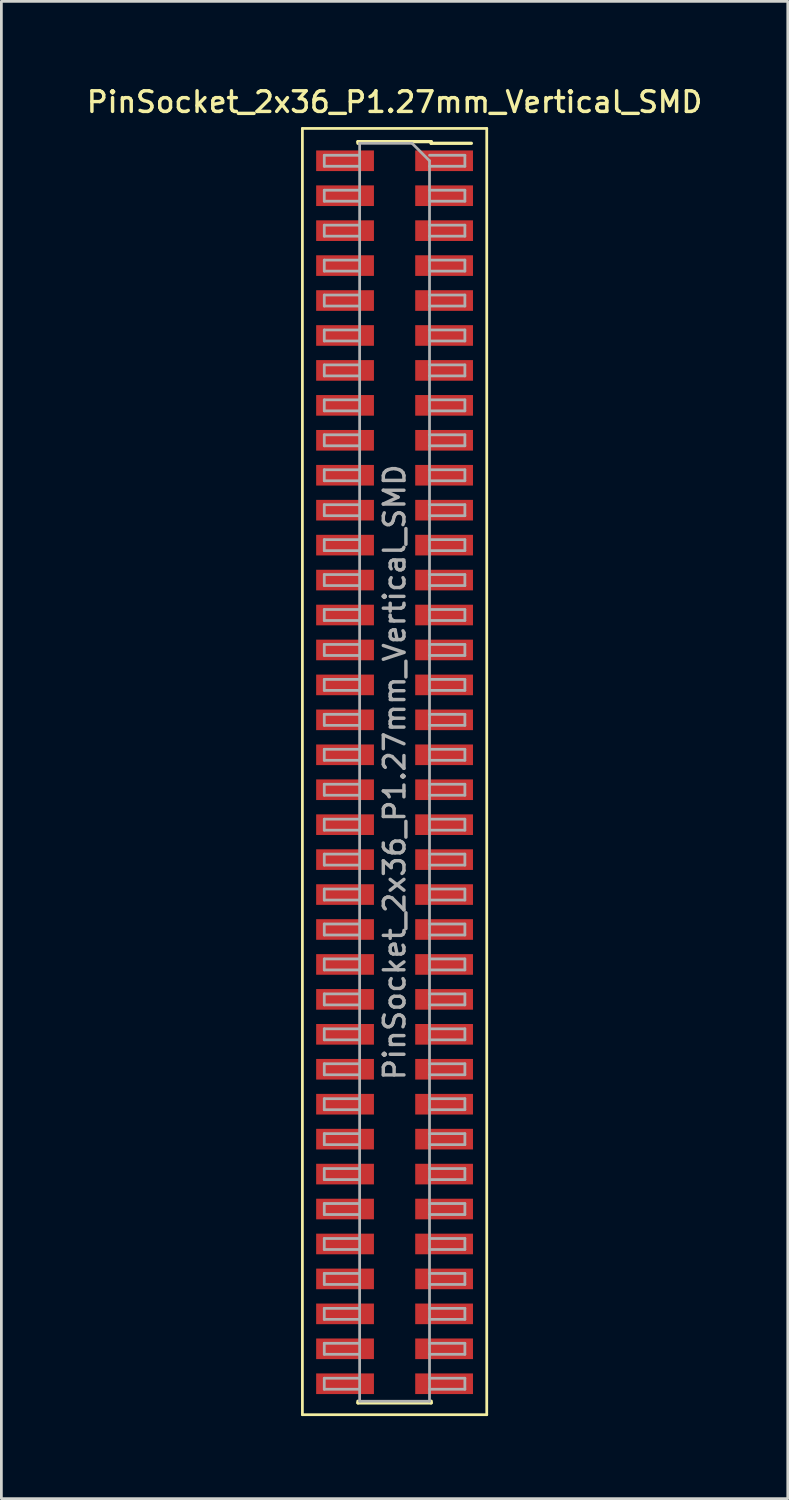
<source format=kicad_pcb>
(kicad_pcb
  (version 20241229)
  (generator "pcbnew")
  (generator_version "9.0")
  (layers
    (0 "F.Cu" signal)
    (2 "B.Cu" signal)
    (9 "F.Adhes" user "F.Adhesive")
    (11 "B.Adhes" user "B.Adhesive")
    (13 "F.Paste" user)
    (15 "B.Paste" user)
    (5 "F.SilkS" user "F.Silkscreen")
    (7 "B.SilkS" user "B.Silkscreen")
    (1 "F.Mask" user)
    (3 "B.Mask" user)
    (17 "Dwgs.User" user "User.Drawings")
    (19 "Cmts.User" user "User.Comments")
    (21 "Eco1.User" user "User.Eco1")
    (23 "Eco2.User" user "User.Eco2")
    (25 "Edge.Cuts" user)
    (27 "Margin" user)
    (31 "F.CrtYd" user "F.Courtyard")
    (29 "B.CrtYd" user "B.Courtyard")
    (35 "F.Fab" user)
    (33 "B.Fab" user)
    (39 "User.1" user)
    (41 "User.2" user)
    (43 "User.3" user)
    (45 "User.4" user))
  (footprint "PinSocket_2x36_P1.27mm_Vertical_SMD"
    (layer "F.Cu")
    (at 11.291 25.018)
    (property "Reference" "PinSocket_2x36_P1.27mm_Vertical_SMD" (at 0 -24.36 0) (layer "F.SilkS") (effects (font (size 0.75 0.75) (thickness 0.125))))
    (attr smd)
    (fp_line (start -3.35 -23.4) (end 3.35 -23.4) (stroke (width 0.1) (type solid)) (layer "F.SilkS"))
    (fp_line (start -3.35 23.35) (end -3.35 -23.4) (stroke (width 0.1) (type solid)) (layer "F.SilkS"))
    (fp_line (start -1.33 -22.92) (end -1.33 -22.86) (stroke (width 0.12) (type solid)) (layer "F.SilkS"))
    (fp_line (start -1.33 -22.92) (end 1.33 -22.92) (stroke (width 0.12) (type solid)) (layer "F.SilkS"))
    (fp_line (start -1.33 22.86) (end -1.33 22.92) (stroke (width 0.12) (type solid)) (layer "F.SilkS"))
    (fp_line (start -1.33 22.92) (end 1.33 22.92) (stroke (width 0.12) (type solid)) (layer "F.SilkS"))
    (fp_line (start 1.33 -22.92) (end 1.33 -22.86) (stroke (width 0.12) (type solid)) (layer "F.SilkS"))
    (fp_line (start 1.33 -22.86) (end 2.79 -22.86) (stroke (width 0.12) (type solid)) (layer "F.SilkS"))
    (fp_line (start 1.33 22.86) (end 1.33 22.92) (stroke (width 0.12) (type solid)) (layer "F.SilkS"))
    (fp_line (start 3.35 -23.4) (end 3.35 23.35) (stroke (width 0.1) (type solid)) (layer "F.SilkS"))
    (fp_line (start 3.35 23.35) (end -3.35 23.35) (stroke (width 0.1) (type solid)) (layer "F.SilkS"))
    (fp_line (start -2.555 -22.425) (end -1.27 -22.425) (stroke (width 0.1) (type solid)) (layer "F.Fab"))
    (fp_line (start -2.555 -22.025) (end -2.555 -22.425) (stroke (width 0.1) (type solid)) (layer "F.Fab"))
    (fp_line (start -2.555 -21.155) (end -1.27 -21.155) (stroke (width 0.1) (type solid)) (layer "F.Fab"))
    (fp_line (start -2.555 -20.755) (end -2.555 -21.155) (stroke (width 0.1) (type solid)) (layer "F.Fab"))
    (fp_line (start -2.555 -19.885) (end -1.27 -19.885) (stroke (width 0.1) (type solid)) (layer "F.Fab"))
    (fp_line (start -2.555 -19.485) (end -2.555 -19.885) (stroke (width 0.1) (type solid)) (layer "F.Fab"))
    (fp_line (start -2.555 -18.615) (end -1.27 -18.615) (stroke (width 0.1) (type solid)) (layer "F.Fab"))
    (fp_line (start -2.555 -18.215) (end -2.555 -18.615) (stroke (width 0.1) (type solid)) (layer "F.Fab"))
    (fp_line (start -2.555 -17.345) (end -1.27 -17.345) (stroke (width 0.1) (type solid)) (layer "F.Fab"))
    (fp_line (start -2.555 -16.945) (end -2.555 -17.345) (stroke (width 0.1) (type solid)) (layer "F.Fab"))
    (fp_line (start -2.555 -16.075) (end -1.27 -16.075) (stroke (width 0.1) (type solid)) (layer "F.Fab"))
    (fp_line (start -2.555 -15.675) (end -2.555 -16.075) (stroke (width 0.1) (type solid)) (layer "F.Fab"))
    (fp_line (start -2.555 -14.805) (end -1.27 -14.805) (stroke (width 0.1) (type solid)) (layer "F.Fab"))
    (fp_line (start -2.555 -14.405) (end -2.555 -14.805) (stroke (width 0.1) (type solid)) (layer "F.Fab"))
    (fp_line (start -2.555 -13.535) (end -1.27 -13.535) (stroke (width 0.1) (type solid)) (layer "F.Fab"))
    (fp_line (start -2.555 -13.135) (end -2.555 -13.535) (stroke (width 0.1) (type solid)) (layer "F.Fab"))
    (fp_line (start -2.555 -12.265) (end -1.27 -12.265) (stroke (width 0.1) (type solid)) (layer "F.Fab"))
    (fp_line (start -2.555 -11.865) (end -2.555 -12.265) (stroke (width 0.1) (type solid)) (layer "F.Fab"))
    (fp_line (start -2.555 -10.995) (end -1.27 -10.995) (stroke (width 0.1) (type solid)) (layer "F.Fab"))
    (fp_line (start -2.555 -10.595) (end -2.555 -10.995) (stroke (width 0.1) (type solid)) (layer "F.Fab"))
    (fp_line (start -2.555 -9.725) (end -1.27 -9.725) (stroke (width 0.1) (type solid)) (layer "F.Fab"))
    (fp_line (start -2.555 -9.325) (end -2.555 -9.725) (stroke (width 0.1) (type solid)) (layer "F.Fab"))
    (fp_line (start -2.555 -8.455) (end -1.27 -8.455) (stroke (width 0.1) (type solid)) (layer "F.Fab"))
    (fp_line (start -2.555 -8.055) (end -2.555 -8.455) (stroke (width 0.1) (type solid)) (layer "F.Fab"))
    (fp_line (start -2.555 -7.185) (end -1.27 -7.185) (stroke (width 0.1) (type solid)) (layer "F.Fab"))
    (fp_line (start -2.555 -6.785) (end -2.555 -7.185) (stroke (width 0.1) (type solid)) (layer "F.Fab"))
    (fp_line (start -2.555 -5.915) (end -1.27 -5.915) (stroke (width 0.1) (type solid)) (layer "F.Fab"))
    (fp_line (start -2.555 -5.515) (end -2.555 -5.915) (stroke (width 0.1) (type solid)) (layer "F.Fab"))
    (fp_line (start -2.555 -4.645) (end -1.27 -4.645) (stroke (width 0.1) (type solid)) (layer "F.Fab"))
    (fp_line (start -2.555 -4.245) (end -2.555 -4.645) (stroke (width 0.1) (type solid)) (layer "F.Fab"))
    (fp_line (start -2.555 -3.375) (end -1.27 -3.375) (stroke (width 0.1) (type solid)) (layer "F.Fab"))
    (fp_line (start -2.555 -2.975) (end -2.555 -3.375) (stroke (width 0.1) (type solid)) (layer "F.Fab"))
    (fp_line (start -2.555 -2.105) (end -1.27 -2.105) (stroke (width 0.1) (type solid)) (layer "F.Fab"))
    (fp_line (start -2.555 -1.705) (end -2.555 -2.105) (stroke (width 0.1) (type solid)) (layer "F.Fab"))
    (fp_line (start -2.555 -0.835) (end -1.27 -0.835) (stroke (width 0.1) (type solid)) (layer "F.Fab"))
    (fp_line (start -2.555 -0.435) (end -2.555 -0.835) (stroke (width 0.1) (type solid)) (layer "F.Fab"))
    (fp_line (start -2.555 0.435) (end -1.27 0.435) (stroke (width 0.1) (type solid)) (layer "F.Fab"))
    (fp_line (start -2.555 0.835) (end -2.555 0.435) (stroke (width 0.1) (type solid)) (layer "F.Fab"))
    (fp_line (start -2.555 1.705) (end -1.27 1.705) (stroke (width 0.1) (type solid)) (layer "F.Fab"))
    (fp_line (start -2.555 2.105) (end -2.555 1.705) (stroke (width 0.1) (type solid)) (layer "F.Fab"))
    (fp_line (start -2.555 2.975) (end -1.27 2.975) (stroke (width 0.1) (type solid)) (layer "F.Fab"))
    (fp_line (start -2.555 3.375) (end -2.555 2.975) (stroke (width 0.1) (type solid)) (layer "F.Fab"))
    (fp_line (start -2.555 4.245) (end -1.27 4.245) (stroke (width 0.1) (type solid)) (layer "F.Fab"))
    (fp_line (start -2.555 4.645) (end -2.555 4.245) (stroke (width 0.1) (type solid)) (layer "F.Fab"))
    (fp_line (start -2.555 5.515) (end -1.27 5.515) (stroke (width 0.1) (type solid)) (layer "F.Fab"))
    (fp_line (start -2.555 5.915) (end -2.555 5.515) (stroke (width 0.1) (type solid)) (layer "F.Fab"))
    (fp_line (start -2.555 6.785) (end -1.27 6.785) (stroke (width 0.1) (type solid)) (layer "F.Fab"))
    (fp_line (start -2.555 7.185) (end -2.555 6.785) (stroke (width 0.1) (type solid)) (layer "F.Fab"))
    (fp_line (start -2.555 8.055) (end -1.27 8.055) (stroke (width 0.1) (type solid)) (layer "F.Fab"))
    (fp_line (start -2.555 8.455) (end -2.555 8.055) (stroke (width 0.1) (type solid)) (layer "F.Fab"))
    (fp_line (start -2.555 9.325) (end -1.27 9.325) (stroke (width 0.1) (type solid)) (layer "F.Fab"))
    (fp_line (start -2.555 9.725) (end -2.555 9.325) (stroke (width 0.1) (type solid)) (layer "F.Fab"))
    (fp_line (start -2.555 10.595) (end -1.27 10.595) (stroke (width 0.1) (type solid)) (layer "F.Fab"))
    (fp_line (start -2.555 10.995) (end -2.555 10.595) (stroke (width 0.1) (type solid)) (layer "F.Fab"))
    (fp_line (start -2.555 11.865) (end -1.27 11.865) (stroke (width 0.1) (type solid)) (layer "F.Fab"))
    (fp_line (start -2.555 12.265) (end -2.555 11.865) (stroke (width 0.1) (type solid)) (layer "F.Fab"))
    (fp_line (start -2.555 13.135) (end -1.27 13.135) (stroke (width 0.1) (type solid)) (layer "F.Fab"))
    (fp_line (start -2.555 13.535) (end -2.555 13.135) (stroke (width 0.1) (type solid)) (layer "F.Fab"))
    (fp_line (start -2.555 14.405) (end -1.27 14.405) (stroke (width 0.1) (type solid)) (layer "F.Fab"))
    (fp_line (start -2.555 14.805) (end -2.555 14.405) (stroke (width 0.1) (type solid)) (layer "F.Fab"))
    (fp_line (start -2.555 15.675) (end -1.27 15.675) (stroke (width 0.1) (type solid)) (layer "F.Fab"))
    (fp_line (start -2.555 16.075) (end -2.555 15.675) (stroke (width 0.1) (type solid)) (layer "F.Fab"))
    (fp_line (start -2.555 16.945) (end -1.27 16.945) (stroke (width 0.1) (type solid)) (layer "F.Fab"))
    (fp_line (start -2.555 17.345) (end -2.555 16.945) (stroke (width 0.1) (type solid)) (layer "F.Fab"))
    (fp_line (start -2.555 18.215) (end -1.27 18.215) (stroke (width 0.1) (type solid)) (layer "F.Fab"))
    (fp_line (start -2.555 18.615) (end -2.555 18.215) (stroke (width 0.1) (type solid)) (layer "F.Fab"))
    (fp_line (start -2.555 19.485) (end -1.27 19.485) (stroke (width 0.1) (type solid)) (layer "F.Fab"))
    (fp_line (start -2.555 19.885) (end -2.555 19.485) (stroke (width 0.1) (type solid)) (layer "F.Fab"))
    (fp_line (start -2.555 20.755) (end -1.27 20.755) (stroke (width 0.1) (type solid)) (layer "F.Fab"))
    (fp_line (start -2.555 21.155) (end -2.555 20.755) (stroke (width 0.1) (type solid)) (layer "F.Fab"))
    (fp_line (start -2.555 22.025) (end -1.27 22.025) (stroke (width 0.1) (type solid)) (layer "F.Fab"))
    (fp_line (start -2.555 22.425) (end -2.555 22.025) (stroke (width 0.1) (type solid)) (layer "F.Fab"))
    (fp_line (start -1.27 -22.86) (end 0.635 -22.86) (stroke (width 0.1) (type solid)) (layer "F.Fab"))
    (fp_line (start -1.27 -22.025) (end -2.555 -22.025) (stroke (width 0.1) (type solid)) (layer "F.Fab"))
    (fp_line (start -1.27 -20.755) (end -2.555 -20.755) (stroke (width 0.1) (type solid)) (layer "F.Fab"))
    (fp_line (start -1.27 -19.485) (end -2.555 -19.485) (stroke (width 0.1) (type solid)) (layer "F.Fab"))
    (fp_line (start -1.27 -18.215) (end -2.555 -18.215) (stroke (width 0.1) (type solid)) (layer "F.Fab"))
    (fp_line (start -1.27 -16.945) (end -2.555 -16.945) (stroke (width 0.1) (type solid)) (layer "F.Fab"))
    (fp_line (start -1.27 -15.675) (end -2.555 -15.675) (stroke (width 0.1) (type solid)) (layer "F.Fab"))
    (fp_line (start -1.27 -14.405) (end -2.555 -14.405) (stroke (width 0.1) (type solid)) (layer "F.Fab"))
    (fp_line (start -1.27 -13.135) (end -2.555 -13.135) (stroke (width 0.1) (type solid)) (layer "F.Fab"))
    (fp_line (start -1.27 -11.865) (end -2.555 -11.865) (stroke (width 0.1) (type solid)) (layer "F.Fab"))
    (fp_line (start -1.27 -10.595) (end -2.555 -10.595) (stroke (width 0.1) (type solid)) (layer "F.Fab"))
    (fp_line (start -1.27 -9.325) (end -2.555 -9.325) (stroke (width 0.1) (type solid)) (layer "F.Fab"))
    (fp_line (start -1.27 -8.055) (end -2.555 -8.055) (stroke (width 0.1) (type solid)) (layer "F.Fab"))
    (fp_line (start -1.27 -6.785) (end -2.555 -6.785) (stroke (width 0.1) (type solid)) (layer "F.Fab"))
    (fp_line (start -1.27 -5.515) (end -2.555 -5.515) (stroke (width 0.1) (type solid)) (layer "F.Fab"))
    (fp_line (start -1.27 -4.245) (end -2.555 -4.245) (stroke (width 0.1) (type solid)) (layer "F.Fab"))
    (fp_line (start -1.27 -2.975) (end -2.555 -2.975) (stroke (width 0.1) (type solid)) (layer "F.Fab"))
    (fp_line (start -1.27 -1.705) (end -2.555 -1.705) (stroke (width 0.1) (type solid)) (layer "F.Fab"))
    (fp_line (start -1.27 -0.435) (end -2.555 -0.435) (stroke (width 0.1) (type solid)) (layer "F.Fab"))
    (fp_line (start -1.27 0.835) (end -2.555 0.835) (stroke (width 0.1) (type solid)) (layer "F.Fab"))
    (fp_line (start -1.27 2.105) (end -2.555 2.105) (stroke (width 0.1) (type solid)) (layer "F.Fab"))
    (fp_line (start -1.27 3.375) (end -2.555 3.375) (stroke (width 0.1) (type solid)) (layer "F.Fab"))
    (fp_line (start -1.27 4.645) (end -2.555 4.645) (stroke (width 0.1) (type solid)) (layer "F.Fab"))
    (fp_line (start -1.27 5.915) (end -2.555 5.915) (stroke (width 0.1) (type solid)) (layer "F.Fab"))
    (fp_line (start -1.27 7.185) (end -2.555 7.185) (stroke (width 0.1) (type solid)) (layer "F.Fab"))
    (fp_line (start -1.27 8.455) (end -2.555 8.455) (stroke (width 0.1) (type solid)) (layer "F.Fab"))
    (fp_line (start -1.27 9.725) (end -2.555 9.725) (stroke (width 0.1) (type solid)) (layer "F.Fab"))
    (fp_line (start -1.27 10.995) (end -2.555 10.995) (stroke (width 0.1) (type solid)) (layer "F.Fab"))
    (fp_line (start -1.27 12.265) (end -2.555 12.265) (stroke (width 0.1) (type solid)) (layer "F.Fab"))
    (fp_line (start -1.27 13.535) (end -2.555 13.535) (stroke (width 0.1) (type solid)) (layer "F.Fab"))
    (fp_line (start -1.27 14.805) (end -2.555 14.805) (stroke (width 0.1) (type solid)) (layer "F.Fab"))
    (fp_line (start -1.27 16.075) (end -2.555 16.075) (stroke (width 0.1) (type solid)) (layer "F.Fab"))
    (fp_line (start -1.27 17.345) (end -2.555 17.345) (stroke (width 0.1) (type solid)) (layer "F.Fab"))
    (fp_line (start -1.27 18.615) (end -2.555 18.615) (stroke (width 0.1) (type solid)) (layer "F.Fab"))
    (fp_line (start -1.27 19.885) (end -2.555 19.885) (stroke (width 0.1) (type solid)) (layer "F.Fab"))
    (fp_line (start -1.27 21.155) (end -2.555 21.155) (stroke (width 0.1) (type solid)) (layer "F.Fab"))
    (fp_line (start -1.27 22.425) (end -2.555 22.425) (stroke (width 0.1) (type solid)) (layer "F.Fab"))
    (fp_line (start -1.27 22.86) (end -1.27 -22.86) (stroke (width 0.1) (type solid)) (layer "F.Fab"))
    (fp_line (start 0.635 -22.86) (end 1.27 -22.225) (stroke (width 0.1) (type solid)) (layer "F.Fab"))
    (fp_line (start 1.27 -22.425) (end 2.555 -22.425) (stroke (width 0.1) (type solid)) (layer "F.Fab"))
    (fp_line (start 1.27 -22.225) (end 1.27 22.86) (stroke (width 0.1) (type solid)) (layer "F.Fab"))
    (fp_line (start 1.27 -21.155) (end 2.555 -21.155) (stroke (width 0.1) (type solid)) (layer "F.Fab"))
    (fp_line (start 1.27 -19.885) (end 2.555 -19.885) (stroke (width 0.1) (type solid)) (layer "F.Fab"))
    (fp_line (start 1.27 -18.615) (end 2.555 -18.615) (stroke (width 0.1) (type solid)) (layer "F.Fab"))
    (fp_line (start 1.27 -17.345) (end 2.555 -17.345) (stroke (width 0.1) (type solid)) (layer "F.Fab"))
    (fp_line (start 1.27 -16.075) (end 2.555 -16.075) (stroke (width 0.1) (type solid)) (layer "F.Fab"))
    (fp_line (start 1.27 -14.805) (end 2.555 -14.805) (stroke (width 0.1) (type solid)) (layer "F.Fab"))
    (fp_line (start 1.27 -13.535) (end 2.555 -13.535) (stroke (width 0.1) (type solid)) (layer "F.Fab"))
    (fp_line (start 1.27 -12.265) (end 2.555 -12.265) (stroke (width 0.1) (type solid)) (layer "F.Fab"))
    (fp_line (start 1.27 -10.995) (end 2.555 -10.995) (stroke (width 0.1) (type solid)) (layer "F.Fab"))
    (fp_line (start 1.27 -9.725) (end 2.555 -9.725) (stroke (width 0.1) (type solid)) (layer "F.Fab"))
    (fp_line (start 1.27 -8.455) (end 2.555 -8.455) (stroke (width 0.1) (type solid)) (layer "F.Fab"))
    (fp_line (start 1.27 -7.185) (end 2.555 -7.185) (stroke (width 0.1) (type solid)) (layer "F.Fab"))
    (fp_line (start 1.27 -5.915) (end 2.555 -5.915) (stroke (width 0.1) (type solid)) (layer "F.Fab"))
    (fp_line (start 1.27 -4.645) (end 2.555 -4.645) (stroke (width 0.1) (type solid)) (layer "F.Fab"))
    (fp_line (start 1.27 -3.375) (end 2.555 -3.375) (stroke (width 0.1) (type solid)) (layer "F.Fab"))
    (fp_line (start 1.27 -2.105) (end 2.555 -2.105) (stroke (width 0.1) (type solid)) (layer "F.Fab"))
    (fp_line (start 1.27 -0.835) (end 2.555 -0.835) (stroke (width 0.1) (type solid)) (layer "F.Fab"))
    (fp_line (start 1.27 0.435) (end 2.555 0.435) (stroke (width 0.1) (type solid)) (layer "F.Fab"))
    (fp_line (start 1.27 1.705) (end 2.555 1.705) (stroke (width 0.1) (type solid)) (layer "F.Fab"))
    (fp_line (start 1.27 2.975) (end 2.555 2.975) (stroke (width 0.1) (type solid)) (layer "F.Fab"))
    (fp_line (start 1.27 4.245) (end 2.555 4.245) (stroke (width 0.1) (type solid)) (layer "F.Fab"))
    (fp_line (start 1.27 5.515) (end 2.555 5.515) (stroke (width 0.1) (type solid)) (layer "F.Fab"))
    (fp_line (start 1.27 6.785) (end 2.555 6.785) (stroke (width 0.1) (type solid)) (layer "F.Fab"))
    (fp_line (start 1.27 8.055) (end 2.555 8.055) (stroke (width 0.1) (type solid)) (layer "F.Fab"))
    (fp_line (start 1.27 9.325) (end 2.555 9.325) (stroke (width 0.1) (type solid)) (layer "F.Fab"))
    (fp_line (start 1.27 10.595) (end 2.555 10.595) (stroke (width 0.1) (type solid)) (layer "F.Fab"))
    (fp_line (start 1.27 11.865) (end 2.555 11.865) (stroke (width 0.1) (type solid)) (layer "F.Fab"))
    (fp_line (start 1.27 13.135) (end 2.555 13.135) (stroke (width 0.1) (type solid)) (layer "F.Fab"))
    (fp_line (start 1.27 14.405) (end 2.555 14.405) (stroke (width 0.1) (type solid)) (layer "F.Fab"))
    (fp_line (start 1.27 15.675) (end 2.555 15.675) (stroke (width 0.1) (type solid)) (layer "F.Fab"))
    (fp_line (start 1.27 16.945) (end 2.555 16.945) (stroke (width 0.1) (type solid)) (layer "F.Fab"))
    (fp_line (start 1.27 18.215) (end 2.555 18.215) (stroke (width 0.1) (type solid)) (layer "F.Fab"))
    (fp_line (start 1.27 19.485) (end 2.555 19.485) (stroke (width 0.1) (type solid)) (layer "F.Fab"))
    (fp_line (start 1.27 20.755) (end 2.555 20.755) (stroke (width 0.1) (type solid)) (layer "F.Fab"))
    (fp_line (start 1.27 22.025) (end 2.555 22.025) (stroke (width 0.1) (type solid)) (layer "F.Fab"))
    (fp_line (start 1.27 22.86) (end -1.27 22.86) (stroke (width 0.1) (type solid)) (layer "F.Fab"))
    (fp_line (start 2.555 -22.425) (end 2.555 -22.025) (stroke (width 0.1) (type solid)) (layer "F.Fab"))
    (fp_line (start 2.555 -22.025) (end 1.27 -22.025) (stroke (width 0.1) (type solid)) (layer "F.Fab"))
    (fp_line (start 2.555 -21.155) (end 2.555 -20.755) (stroke (width 0.1) (type solid)) (layer "F.Fab"))
    (fp_line (start 2.555 -20.755) (end 1.27 -20.755) (stroke (width 0.1) (type solid)) (layer "F.Fab"))
    (fp_line (start 2.555 -19.885) (end 2.555 -19.485) (stroke (width 0.1) (type solid)) (layer "F.Fab"))
    (fp_line (start 2.555 -19.485) (end 1.27 -19.485) (stroke (width 0.1) (type solid)) (layer "F.Fab"))
    (fp_line (start 2.555 -18.615) (end 2.555 -18.215) (stroke (width 0.1) (type solid)) (layer "F.Fab"))
    (fp_line (start 2.555 -18.215) (end 1.27 -18.215) (stroke (width 0.1) (type solid)) (layer "F.Fab"))
    (fp_line (start 2.555 -17.345) (end 2.555 -16.945) (stroke (width 0.1) (type solid)) (layer "F.Fab"))
    (fp_line (start 2.555 -16.945) (end 1.27 -16.945) (stroke (width 0.1) (type solid)) (layer "F.Fab"))
    (fp_line (start 2.555 -16.075) (end 2.555 -15.675) (stroke (width 0.1) (type solid)) (layer "F.Fab"))
    (fp_line (start 2.555 -15.675) (end 1.27 -15.675) (stroke (width 0.1) (type solid)) (layer "F.Fab"))
    (fp_line (start 2.555 -14.805) (end 2.555 -14.405) (stroke (width 0.1) (type solid)) (layer "F.Fab"))
    (fp_line (start 2.555 -14.405) (end 1.27 -14.405) (stroke (width 0.1) (type solid)) (layer "F.Fab"))
    (fp_line (start 2.555 -13.535) (end 2.555 -13.135) (stroke (width 0.1) (type solid)) (layer "F.Fab"))
    (fp_line (start 2.555 -13.135) (end 1.27 -13.135) (stroke (width 0.1) (type solid)) (layer "F.Fab"))
    (fp_line (start 2.555 -12.265) (end 2.555 -11.865) (stroke (width 0.1) (type solid)) (layer "F.Fab"))
    (fp_line (start 2.555 -11.865) (end 1.27 -11.865) (stroke (width 0.1) (type solid)) (layer "F.Fab"))
    (fp_line (start 2.555 -10.995) (end 2.555 -10.595) (stroke (width 0.1) (type solid)) (layer "F.Fab"))
    (fp_line (start 2.555 -10.595) (end 1.27 -10.595) (stroke (width 0.1) (type solid)) (layer "F.Fab"))
    (fp_line (start 2.555 -9.725) (end 2.555 -9.325) (stroke (width 0.1) (type solid)) (layer "F.Fab"))
    (fp_line (start 2.555 -9.325) (end 1.27 -9.325) (stroke (width 0.1) (type solid)) (layer "F.Fab"))
    (fp_line (start 2.555 -8.455) (end 2.555 -8.055) (stroke (width 0.1) (type solid)) (layer "F.Fab"))
    (fp_line (start 2.555 -8.055) (end 1.27 -8.055) (stroke (width 0.1) (type solid)) (layer "F.Fab"))
    (fp_line (start 2.555 -7.185) (end 2.555 -6.785) (stroke (width 0.1) (type solid)) (layer "F.Fab"))
    (fp_line (start 2.555 -6.785) (end 1.27 -6.785) (stroke (width 0.1) (type solid)) (layer "F.Fab"))
    (fp_line (start 2.555 -5.915) (end 2.555 -5.515) (stroke (width 0.1) (type solid)) (layer "F.Fab"))
    (fp_line (start 2.555 -5.515) (end 1.27 -5.515) (stroke (width 0.1) (type solid)) (layer "F.Fab"))
    (fp_line (start 2.555 -4.645) (end 2.555 -4.245) (stroke (width 0.1) (type solid)) (layer "F.Fab"))
    (fp_line (start 2.555 -4.245) (end 1.27 -4.245) (stroke (width 0.1) (type solid)) (layer "F.Fab"))
    (fp_line (start 2.555 -3.375) (end 2.555 -2.975) (stroke (width 0.1) (type solid)) (layer "F.Fab"))
    (fp_line (start 2.555 -2.975) (end 1.27 -2.975) (stroke (width 0.1) (type solid)) (layer "F.Fab"))
    (fp_line (start 2.555 -2.105) (end 2.555 -1.705) (stroke (width 0.1) (type solid)) (layer "F.Fab"))
    (fp_line (start 2.555 -1.705) (end 1.27 -1.705) (stroke (width 0.1) (type solid)) (layer "F.Fab"))
    (fp_line (start 2.555 -0.835) (end 2.555 -0.435) (stroke (width 0.1) (type solid)) (layer "F.Fab"))
    (fp_line (start 2.555 -0.435) (end 1.27 -0.435) (stroke (width 0.1) (type solid)) (layer "F.Fab"))
    (fp_line (start 2.555 0.435) (end 2.555 0.835) (stroke (width 0.1) (type solid)) (layer "F.Fab"))
    (fp_line (start 2.555 0.835) (end 1.27 0.835) (stroke (width 0.1) (type solid)) (layer "F.Fab"))
    (fp_line (start 2.555 1.705) (end 2.555 2.105) (stroke (width 0.1) (type solid)) (layer "F.Fab"))
    (fp_line (start 2.555 2.105) (end 1.27 2.105) (stroke (width 0.1) (type solid)) (layer "F.Fab"))
    (fp_line (start 2.555 2.975) (end 2.555 3.375) (stroke (width 0.1) (type solid)) (layer "F.Fab"))
    (fp_line (start 2.555 3.375) (end 1.27 3.375) (stroke (width 0.1) (type solid)) (layer "F.Fab"))
    (fp_line (start 2.555 4.245) (end 2.555 4.645) (stroke (width 0.1) (type solid)) (layer "F.Fab"))
    (fp_line (start 2.555 4.645) (end 1.27 4.645) (stroke (width 0.1) (type solid)) (layer "F.Fab"))
    (fp_line (start 2.555 5.515) (end 2.555 5.915) (stroke (width 0.1) (type solid)) (layer "F.Fab"))
    (fp_line (start 2.555 5.915) (end 1.27 5.915) (stroke (width 0.1) (type solid)) (layer "F.Fab"))
    (fp_line (start 2.555 6.785) (end 2.555 7.185) (stroke (width 0.1) (type solid)) (layer "F.Fab"))
    (fp_line (start 2.555 7.185) (end 1.27 7.185) (stroke (width 0.1) (type solid)) (layer "F.Fab"))
    (fp_line (start 2.555 8.055) (end 2.555 8.455) (stroke (width 0.1) (type solid)) (layer "F.Fab"))
    (fp_line (start 2.555 8.455) (end 1.27 8.455) (stroke (width 0.1) (type solid)) (layer "F.Fab"))
    (fp_line (start 2.555 9.325) (end 2.555 9.725) (stroke (width 0.1) (type solid)) (layer "F.Fab"))
    (fp_line (start 2.555 9.725) (end 1.27 9.725) (stroke (width 0.1) (type solid)) (layer "F.Fab"))
    (fp_line (start 2.555 10.595) (end 2.555 10.995) (stroke (width 0.1) (type solid)) (layer "F.Fab"))
    (fp_line (start 2.555 10.995) (end 1.27 10.995) (stroke (width 0.1) (type solid)) (layer "F.Fab"))
    (fp_line (start 2.555 11.865) (end 2.555 12.265) (stroke (width 0.1) (type solid)) (layer "F.Fab"))
    (fp_line (start 2.555 12.265) (end 1.27 12.265) (stroke (width 0.1) (type solid)) (layer "F.Fab"))
    (fp_line (start 2.555 13.135) (end 2.555 13.535) (stroke (width 0.1) (type solid)) (layer "F.Fab"))
    (fp_line (start 2.555 13.535) (end 1.27 13.535) (stroke (width 0.1) (type solid)) (layer "F.Fab"))
    (fp_line (start 2.555 14.405) (end 2.555 14.805) (stroke (width 0.1) (type solid)) (layer "F.Fab"))
    (fp_line (start 2.555 14.805) (end 1.27 14.805) (stroke (width 0.1) (type solid)) (layer "F.Fab"))
    (fp_line (start 2.555 15.675) (end 2.555 16.075) (stroke (width 0.1) (type solid)) (layer "F.Fab"))
    (fp_line (start 2.555 16.075) (end 1.27 16.075) (stroke (width 0.1) (type solid)) (layer "F.Fab"))
    (fp_line (start 2.555 16.945) (end 2.555 17.345) (stroke (width 0.1) (type solid)) (layer "F.Fab"))
    (fp_line (start 2.555 17.345) (end 1.27 17.345) (stroke (width 0.1) (type solid)) (layer "F.Fab"))
    (fp_line (start 2.555 18.215) (end 2.555 18.615) (stroke (width 0.1) (type solid)) (layer "F.Fab"))
    (fp_line (start 2.555 18.615) (end 1.27 18.615) (stroke (width 0.1) (type solid)) (layer "F.Fab"))
    (fp_line (start 2.555 19.485) (end 2.555 19.885) (stroke (width 0.1) (type solid)) (layer "F.Fab"))
    (fp_line (start 2.555 19.885) (end 1.27 19.885) (stroke (width 0.1) (type solid)) (layer "F.Fab"))
    (fp_line (start 2.555 20.755) (end 2.555 21.155) (stroke (width 0.1) (type solid)) (layer "F.Fab"))
    (fp_line (start 2.555 21.155) (end 1.27 21.155) (stroke (width 0.1) (type solid)) (layer "F.Fab"))
    (fp_line (start 2.555 22.025) (end 2.555 22.425) (stroke (width 0.1) (type solid)) (layer "F.Fab"))
    (fp_line (start 2.555 22.425) (end 1.27 22.425) (stroke (width 0.1) (type solid)) (layer "F.Fab"))
    (fp_text user "${REFERENCE}" (at 0 0 90) (layer "F.Fab") (effects (font (size 0.75 0.75) (thickness 0.125))))
    (pad "1" smd rect (at 1.8 -22.225) (size 2.1 0.75) (layers "F.Cu" "F.Mask" "F.Paste"))
    (pad "2" smd rect (at -1.8 -22.225) (size 2.1 0.75) (layers "F.Cu" "F.Mask" "F.Paste"))
    (pad "3" smd rect (at 1.8 -20.955) (size 2.1 0.75) (layers "F.Cu" "F.Mask" "F.Paste"))
    (pad "4" smd rect (at -1.8 -20.955) (size 2.1 0.75) (layers "F.Cu" "F.Mask" "F.Paste"))
    (pad "5" smd rect (at 1.8 -19.685) (size 2.1 0.75) (layers "F.Cu" "F.Mask" "F.Paste"))
    (pad "6" smd rect (at -1.8 -19.685) (size 2.1 0.75) (layers "F.Cu" "F.Mask" "F.Paste"))
    (pad "7" smd rect (at 1.8 -18.415) (size 2.1 0.75) (layers "F.Cu" "F.Mask" "F.Paste"))
    (pad "8" smd rect (at -1.8 -18.415) (size 2.1 0.75) (layers "F.Cu" "F.Mask" "F.Paste"))
    (pad "9" smd rect (at 1.8 -17.145) (size 2.1 0.75) (layers "F.Cu" "F.Mask" "F.Paste"))
    (pad "10" smd rect (at -1.8 -17.145) (size 2.1 0.75) (layers "F.Cu" "F.Mask" "F.Paste"))
    (pad "11" smd rect (at 1.8 -15.875) (size 2.1 0.75) (layers "F.Cu" "F.Mask" "F.Paste"))
    (pad "12" smd rect (at -1.8 -15.875) (size 2.1 0.75) (layers "F.Cu" "F.Mask" "F.Paste"))
    (pad "13" smd rect (at 1.8 -14.605) (size 2.1 0.75) (layers "F.Cu" "F.Mask" "F.Paste"))
    (pad "14" smd rect (at -1.8 -14.605) (size 2.1 0.75) (layers "F.Cu" "F.Mask" "F.Paste"))
    (pad "15" smd rect (at 1.8 -13.335) (size 2.1 0.75) (layers "F.Cu" "F.Mask" "F.Paste"))
    (pad "16" smd rect (at -1.8 -13.335) (size 2.1 0.75) (layers "F.Cu" "F.Mask" "F.Paste"))
    (pad "17" smd rect (at 1.8 -12.065) (size 2.1 0.75) (layers "F.Cu" "F.Mask" "F.Paste"))
    (pad "18" smd rect (at -1.8 -12.065) (size 2.1 0.75) (layers "F.Cu" "F.Mask" "F.Paste"))
    (pad "19" smd rect (at 1.8 -10.795) (size 2.1 0.75) (layers "F.Cu" "F.Mask" "F.Paste"))
    (pad "20" smd rect (at -1.8 -10.795) (size 2.1 0.75) (layers "F.Cu" "F.Mask" "F.Paste"))
    (pad "21" smd rect (at 1.8 -9.525) (size 2.1 0.75) (layers "F.Cu" "F.Mask" "F.Paste"))
    (pad "22" smd rect (at -1.8 -9.525) (size 2.1 0.75) (layers "F.Cu" "F.Mask" "F.Paste"))
    (pad "23" smd rect (at 1.8 -8.255) (size 2.1 0.75) (layers "F.Cu" "F.Mask" "F.Paste"))
    (pad "24" smd rect (at -1.8 -8.255) (size 2.1 0.75) (layers "F.Cu" "F.Mask" "F.Paste"))
    (pad "25" smd rect (at 1.8 -6.985) (size 2.1 0.75) (layers "F.Cu" "F.Mask" "F.Paste"))
    (pad "26" smd rect (at -1.8 -6.985) (size 2.1 0.75) (layers "F.Cu" "F.Mask" "F.Paste"))
    (pad "27" smd rect (at 1.8 -5.715) (size 2.1 0.75) (layers "F.Cu" "F.Mask" "F.Paste"))
    (pad "28" smd rect (at -1.8 -5.715) (size 2.1 0.75) (layers "F.Cu" "F.Mask" "F.Paste"))
    (pad "29" smd rect (at 1.8 -4.445) (size 2.1 0.75) (layers "F.Cu" "F.Mask" "F.Paste"))
    (pad "30" smd rect (at -1.8 -4.445) (size 2.1 0.75) (layers "F.Cu" "F.Mask" "F.Paste"))
    (pad "31" smd rect (at 1.8 -3.175) (size 2.1 0.75) (layers "F.Cu" "F.Mask" "F.Paste"))
    (pad "32" smd rect (at -1.8 -3.175) (size 2.1 0.75) (layers "F.Cu" "F.Mask" "F.Paste"))
    (pad "33" smd rect (at 1.8 -1.905) (size 2.1 0.75) (layers "F.Cu" "F.Mask" "F.Paste"))
    (pad "34" smd rect (at -1.8 -1.905) (size 2.1 0.75) (layers "F.Cu" "F.Mask" "F.Paste"))
    (pad "35" smd rect (at 1.8 -0.635) (size 2.1 0.75) (layers "F.Cu" "F.Mask" "F.Paste"))
    (pad "36" smd rect (at -1.8 -0.635) (size 2.1 0.75) (layers "F.Cu" "F.Mask" "F.Paste"))
    (pad "37" smd rect (at 1.8 0.635) (size 2.1 0.75) (layers "F.Cu" "F.Mask" "F.Paste"))
    (pad "38" smd rect (at -1.8 0.635) (size 2.1 0.75) (layers "F.Cu" "F.Mask" "F.Paste"))
    (pad "39" smd rect (at 1.8 1.905) (size 2.1 0.75) (layers "F.Cu" "F.Mask" "F.Paste"))
    (pad "40" smd rect (at -1.8 1.905) (size 2.1 0.75) (layers "F.Cu" "F.Mask" "F.Paste"))
    (pad "41" smd rect (at 1.8 3.175) (size 2.1 0.75) (layers "F.Cu" "F.Mask" "F.Paste"))
    (pad "42" smd rect (at -1.8 3.175) (size 2.1 0.75) (layers "F.Cu" "F.Mask" "F.Paste"))
    (pad "43" smd rect (at 1.8 4.445) (size 2.1 0.75) (layers "F.Cu" "F.Mask" "F.Paste"))
    (pad "44" smd rect (at -1.8 4.445) (size 2.1 0.75) (layers "F.Cu" "F.Mask" "F.Paste"))
    (pad "45" smd rect (at 1.8 5.715) (size 2.1 0.75) (layers "F.Cu" "F.Mask" "F.Paste"))
    (pad "46" smd rect (at -1.8 5.715) (size 2.1 0.75) (layers "F.Cu" "F.Mask" "F.Paste"))
    (pad "47" smd rect (at 1.8 6.985) (size 2.1 0.75) (layers "F.Cu" "F.Mask" "F.Paste"))
    (pad "48" smd rect (at -1.8 6.985) (size 2.1 0.75) (layers "F.Cu" "F.Mask" "F.Paste"))
    (pad "49" smd rect (at 1.8 8.255) (size 2.1 0.75) (layers "F.Cu" "F.Mask" "F.Paste"))
    (pad "50" smd rect (at -1.8 8.255) (size 2.1 0.75) (layers "F.Cu" "F.Mask" "F.Paste"))
    (pad "51" smd rect (at 1.8 9.525) (size 2.1 0.75) (layers "F.Cu" "F.Mask" "F.Paste"))
    (pad "52" smd rect (at -1.8 9.525) (size 2.1 0.75) (layers "F.Cu" "F.Mask" "F.Paste"))
    (pad "53" smd rect (at 1.8 10.795) (size 2.1 0.75) (layers "F.Cu" "F.Mask" "F.Paste"))
    (pad "54" smd rect (at -1.8 10.795) (size 2.1 0.75) (layers "F.Cu" "F.Mask" "F.Paste"))
    (pad "55" smd rect (at 1.8 12.065) (size 2.1 0.75) (layers "F.Cu" "F.Mask" "F.Paste"))
    (pad "56" smd rect (at -1.8 12.065) (size 2.1 0.75) (layers "F.Cu" "F.Mask" "F.Paste"))
    (pad "57" smd rect (at 1.8 13.335) (size 2.1 0.75) (layers "F.Cu" "F.Mask" "F.Paste"))
    (pad "58" smd rect (at -1.8 13.335) (size 2.1 0.75) (layers "F.Cu" "F.Mask" "F.Paste"))
    (pad "59" smd rect (at 1.8 14.605) (size 2.1 0.75) (layers "F.Cu" "F.Mask" "F.Paste"))
    (pad "60" smd rect (at -1.8 14.605) (size 2.1 0.75) (layers "F.Cu" "F.Mask" "F.Paste"))
    (pad "61" smd rect (at 1.8 15.875) (size 2.1 0.75) (layers "F.Cu" "F.Mask" "F.Paste"))
    (pad "62" smd rect (at -1.8 15.875) (size 2.1 0.75) (layers "F.Cu" "F.Mask" "F.Paste"))
    (pad "63" smd rect (at 1.8 17.145) (size 2.1 0.75) (layers "F.Cu" "F.Mask" "F.Paste"))
    (pad "64" smd rect (at -1.8 17.145) (size 2.1 0.75) (layers "F.Cu" "F.Mask" "F.Paste"))
    (pad "65" smd rect (at 1.8 18.415) (size 2.1 0.75) (layers "F.Cu" "F.Mask" "F.Paste"))
    (pad "66" smd rect (at -1.8 18.415) (size 2.1 0.75) (layers "F.Cu" "F.Mask" "F.Paste"))
    (pad "67" smd rect (at 1.8 19.685) (size 2.1 0.75) (layers "F.Cu" "F.Mask" "F.Paste"))
    (pad "68" smd rect (at -1.8 19.685) (size 2.1 0.75) (layers "F.Cu" "F.Mask" "F.Paste"))
    (pad "69" smd rect (at 1.8 20.955) (size 2.1 0.75) (layers "F.Cu" "F.Mask" "F.Paste"))
    (pad "70" smd rect (at -1.8 20.955) (size 2.1 0.75) (layers "F.Cu" "F.Mask" "F.Paste"))
    (pad "71" smd rect (at 1.8 22.225) (size 2.1 0.75) (layers "F.Cu" "F.Mask" "F.Paste"))
    (pad "72" smd rect (at -1.8 22.225) (size 2.1 0.75) (layers "F.Cu" "F.Mask" "F.Paste")))
  (gr_rect
    (start -3 -3)
    (end 25.582 51.418)
    (stroke (width 0.1) (type default))
    (fill no)
    (layer "Edge.Cuts")))
</source>
